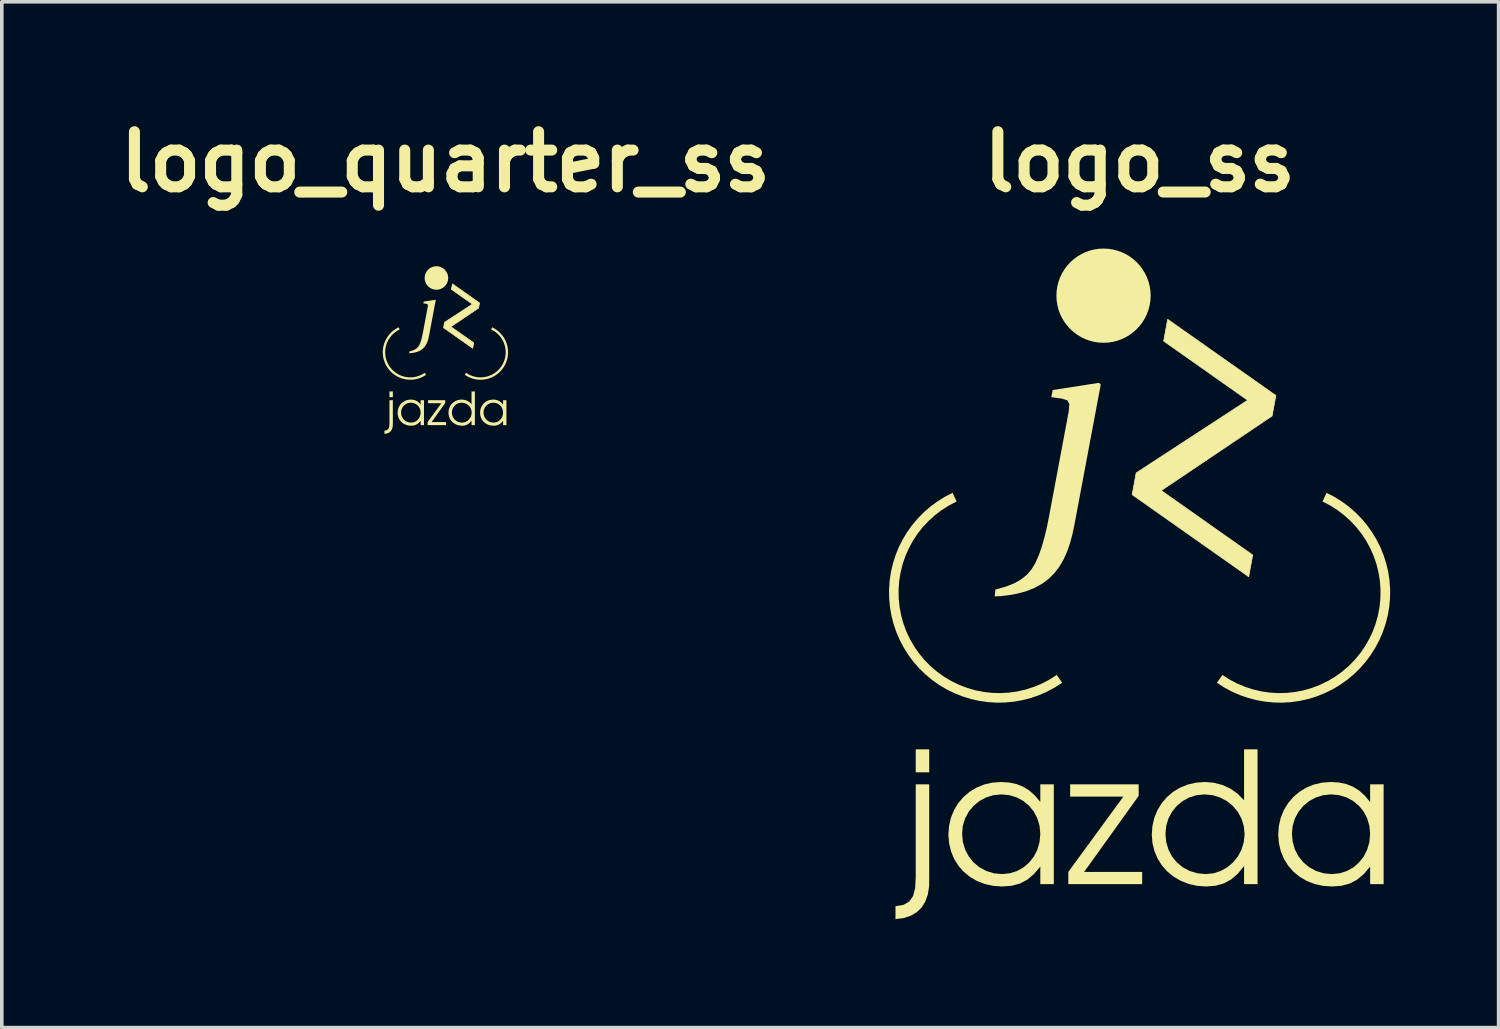
<source format=kicad_pcb>
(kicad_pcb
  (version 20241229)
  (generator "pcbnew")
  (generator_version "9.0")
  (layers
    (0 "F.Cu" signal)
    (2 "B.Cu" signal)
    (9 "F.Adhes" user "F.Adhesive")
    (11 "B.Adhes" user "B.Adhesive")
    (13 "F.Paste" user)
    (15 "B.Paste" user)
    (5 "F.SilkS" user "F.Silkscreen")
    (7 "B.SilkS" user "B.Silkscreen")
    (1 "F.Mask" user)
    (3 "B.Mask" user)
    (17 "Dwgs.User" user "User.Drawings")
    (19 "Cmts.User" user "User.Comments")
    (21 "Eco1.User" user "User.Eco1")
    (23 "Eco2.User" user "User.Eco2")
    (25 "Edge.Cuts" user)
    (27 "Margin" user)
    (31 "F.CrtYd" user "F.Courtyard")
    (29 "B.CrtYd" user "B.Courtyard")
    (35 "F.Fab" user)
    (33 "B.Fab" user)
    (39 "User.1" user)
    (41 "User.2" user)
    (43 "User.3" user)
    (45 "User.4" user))
  (footprint "logo_ss"
    (layer "F.Cu")
    (at 28.462 13.42)
    (property "Reference" "logo_ss" (at 0 -11.994 0) (layer "F.SilkS") (effects (font (size 1.524 1.524) (thickness 0.305))))
    (attr smd)
    (fp_circle (center -0.997 -8.294) (end -0.997 -8.294) (stroke (width 1.303) (type solid)) (fill no) (layer "F.SilkS"))
    (fp_poly (pts (xy -1.971 7.978) (xy 0.071 7.978) (xy 0.071 7.64) (xy -1.533 7.64) (xy -0.025 5.537) (xy -0.025 5.219) (xy -1.921 5.219) (xy -1.921 5.557) (xy -0.448 5.557) (xy -1.971 7.64) (xy -1.971 7.978)) (stroke (width 0) (type solid)) (fill yes) (layer "F.SilkS"))
    (fp_poly (pts (xy -0.205 -2.792) (xy 3.017 -0.523) (xy 3.127 -1.123) (xy 0.598 -2.905) (xy 3.664 -4.968) (xy 3.768 -5.533) (xy 0.777 -7.639) (xy 0.666 -7.039) (xy 2.989 -5.403) (xy -0.094 -3.393) (xy -0.205 -2.792)) (stroke (width 0.021) (type solid)) (fill yes) (layer "F.SilkS"))
    (fp_poly (pts (xy -5.817 5.219) (xy -6.19 4.886) (xy -5.817 4.886) (xy -5.817 4.251) (xy -6.19 4.251) (xy -6.19 4.886) (xy -5.817 5.219) (xy -6.19 5.219) (xy -6.19 7.786) (xy -6.206 8.086) (xy -6.264 8.309) (xy -6.37 8.461) (xy -6.53 8.551) (xy -6.75 8.588) (xy -6.75 8.946) (xy -6.523 8.916) (xy -6.327 8.852) (xy -6.162 8.755) (xy -6.028 8.625) (xy -5.926 8.463) (xy -5.857 8.269) (xy -5.82 8.043) (xy -5.817 7.786) (xy -5.817 5.219)) (stroke (width 0) (type solid)) (fill yes) (layer "F.SilkS"))
    (fp_poly (pts (xy -1.121 -5.884) (xy -2.404 -5.685) (xy -2.441 -5.487) (xy -2.147 -5.447) (xy -1.998 -5.4) (xy -1.942 -5.295) (xy -1.96 -5.09) (xy -2.505 -2.185) (xy -2.562 -1.901) (xy -2.627 -1.626) (xy -2.7 -1.366) (xy -2.783 -1.126) (xy -2.877 -0.913) (xy -2.984 -0.732) (xy -3.115 -0.578) (xy -3.276 -0.448) (xy -3.471 -0.338) (xy -3.707 -0.246) (xy -3.987 -0.168) (xy -4.007 0.022) (xy -3.839 0.014) (xy -3.633 -0.01) (xy -3.406 -0.049) (xy -3.136 -0.121) (xy -2.898 -0.216) (xy -2.689 -0.332) (xy -2.507 -0.47) (xy -2.35 -0.627) (xy -2.216 -0.804) (xy -2.102 -0.999) (xy -2.006 -1.213) (xy -1.925 -1.444) (xy -1.858 -1.691) (xy -1.803 -1.954) (xy -1.074 -5.836) (xy -1.121 -5.884)) (stroke (width 0) (type solid)) (fill yes) (layer "F.SilkS"))
    (fp_poly (pts (xy 3.262 4.251) (xy 2.817 6.165) (xy 2.881 6.37) (xy 2.904 6.591) (xy 2.882 6.814) (xy 2.819 7.022) (xy 2.72 7.21) (xy 2.588 7.374) (xy 2.429 7.51) (xy 2.246 7.613) (xy 2.045 7.678) (xy 1.83 7.7) (xy 1.599 7.678) (xy 1.388 7.615) (xy 1.198 7.515) (xy 1.034 7.381) (xy 0.9 7.218) (xy 0.8 7.028) (xy 0.737 6.816) (xy 0.715 6.586) (xy 0.737 6.365) (xy 0.8 6.16) (xy 0.899 5.975) (xy 1.03 5.814) (xy 1.189 5.682) (xy 1.373 5.582) (xy 1.576 5.519) (xy 1.794 5.497) (xy 2.019 5.519) (xy 2.227 5.582) (xy 2.416 5.683) (xy 2.58 5.817) (xy 2.715 5.979) (xy 2.817 6.165) (xy 3.262 4.251) (xy 2.889 4.251) (xy 2.889 5.658) (xy 2.713 5.48) (xy 2.514 5.339) (xy 2.295 5.237) (xy 2.058 5.175) (xy 1.805 5.154) (xy 1.56 5.172) (xy 1.33 5.225) (xy 1.118 5.311) (xy 0.926 5.427) (xy 0.757 5.57) (xy 0.613 5.737) (xy 0.496 5.928) (xy 0.409 6.137) (xy 0.356 6.364) (xy 0.337 6.606) (xy 0.356 6.845) (xy 0.412 7.069) (xy 0.501 7.277) (xy 0.621 7.465) (xy 0.769 7.631) (xy 0.943 7.773) (xy 1.139 7.887) (xy 1.356 7.972) (xy 1.591 8.025) (xy 1.84 8.043) (xy 2.1 8.023) (xy 2.328 7.959) (xy 2.531 7.849) (xy 2.716 7.69) (xy 2.889 7.478) (xy 2.889 7.978) (xy 3.262 7.978) (xy 3.262 4.251)) (stroke (width 0) (type solid)) (fill yes) (layer "F.SilkS"))
    (fp_poly (pts (xy -2.372 5.219) (xy -2.926 5.971) (xy -2.828 6.156) (xy -2.767 6.362) (xy -2.745 6.586) (xy -2.766 6.815) (xy -2.827 7.026) (xy -2.923 7.215) (xy -3.052 7.379) (xy -3.208 7.514) (xy -3.388 7.615) (xy -3.588 7.678) (xy -3.804 7.7) (xy -4.031 7.678) (xy -4.24 7.614) (xy -4.428 7.512) (xy -4.591 7.377) (xy -4.724 7.212) (xy -4.824 7.022) (xy -4.887 6.81) (xy -4.908 6.581) (xy -4.887 6.362) (xy -4.823 6.158) (xy -4.724 5.974) (xy -4.591 5.814) (xy -4.431 5.681) (xy -4.247 5.582) (xy -4.043 5.519) (xy -3.824 5.497) (xy -3.603 5.518) (xy -3.398 5.58) (xy -3.215 5.679) (xy -3.056 5.81) (xy -2.926 5.971) (xy -2.372 5.219) (xy -2.745 5.219) (xy -2.745 5.708) (xy -2.889 5.534) (xy -3.044 5.394) (xy -3.214 5.287) (xy -3.401 5.212) (xy -3.607 5.168) (xy -3.834 5.154) (xy -4.076 5.172) (xy -4.303 5.225) (xy -4.513 5.311) (xy -4.703 5.427) (xy -4.871 5.57) (xy -5.014 5.737) (xy -5.129 5.928) (xy -5.215 6.137) (xy -5.268 6.364) (xy -5.287 6.606) (xy -5.268 6.847) (xy -5.214 7.073) (xy -5.128 7.281) (xy -5.01 7.469) (xy -4.865 7.635) (xy -4.694 7.775) (xy -4.5 7.889) (xy -4.286 7.973) (xy -4.053 8.025) (xy -3.804 8.043) (xy -3.542 8.024) (xy -3.314 7.964) (xy -3.111 7.859) (xy -2.925 7.704) (xy -2.745 7.494) (xy -2.745 7.978) (xy -2.372 7.978) (xy -2.372 5.219)) (stroke (width 0) (type solid)) (fill yes) (layer "F.SilkS"))
    (fp_poly (pts (xy 6.748 5.219) (xy 6.195 5.971) (xy 6.292 6.156) (xy 6.354 6.362) (xy 6.375 6.586) (xy 6.354 6.815) (xy 6.293 7.026) (xy 6.197 7.215) (xy 6.069 7.379) (xy 5.913 7.514) (xy 5.733 7.615) (xy 5.532 7.678) (xy 5.316 7.7) (xy 5.089 7.678) (xy 4.88 7.614) (xy 4.692 7.512) (xy 4.529 7.377) (xy 4.396 7.212) (xy 4.296 7.022) (xy 4.234 6.81) (xy 4.212 6.581) (xy 4.234 6.362) (xy 4.297 6.158) (xy 4.397 5.974) (xy 4.529 5.814) (xy 4.689 5.681) (xy 4.873 5.582) (xy 5.077 5.519) (xy 5.296 5.497) (xy 5.517 5.518) (xy 5.722 5.58) (xy 5.906 5.679) (xy 6.064 5.81) (xy 6.195 5.971) (xy 6.748 5.219) (xy 6.375 5.219) (xy 6.375 5.708) (xy 6.231 5.534) (xy 6.076 5.394) (xy 5.906 5.287) (xy 5.72 5.212) (xy 5.514 5.168) (xy 5.286 5.154) (xy 5.044 5.172) (xy 4.817 5.225) (xy 4.607 5.311) (xy 4.417 5.427) (xy 4.25 5.57) (xy 4.107 5.737) (xy 3.991 5.928) (xy 3.905 6.137) (xy 3.852 6.364) (xy 3.834 6.606) (xy 3.852 6.847) (xy 3.906 7.073) (xy 3.993 7.281) (xy 4.11 7.469) (xy 4.255 7.635) (xy 4.426 7.775) (xy 4.62 7.889) (xy 4.835 7.973) (xy 5.067 8.025) (xy 5.316 8.043) (xy 5.578 8.024) (xy 5.806 7.964) (xy 6.009 7.859) (xy 6.196 7.704) (xy 6.375 7.494) (xy 6.375 7.978) (xy 6.748 7.978) (xy 6.748 5.219)) (stroke (width 0) (type solid)) (fill yes) (layer "F.SilkS"))
    (fp_poly (pts (xy -5.172 -2.842) (xy -5.39 -2.73) (xy -5.596 -2.601) (xy -5.789 -2.458) (xy -5.97 -2.301) (xy -6.137 -2.131) (xy -6.29 -1.949) (xy -6.428 -1.756) (xy -6.551 -1.553) (xy -6.658 -1.34) (xy -6.747 -1.119) (xy -6.82 -0.891) (xy -6.875 -0.657) (xy -6.911 -0.417) (xy -6.928 -0.172) (xy -6.925 0.073) (xy -6.903 0.315) (xy -6.862 0.552) (xy -6.803 0.784) (xy -6.726 1.01) (xy -6.632 1.228) (xy -6.521 1.438) (xy -6.395 1.639) (xy -6.253 1.83) (xy -6.096 2.009) (xy -5.924 2.177) (xy -5.739 2.331) (xy -5.541 2.471) (xy -5.33 2.596) (xy -5.11 2.703) (xy -4.884 2.792) (xy -4.654 2.862) (xy -4.42 2.913) (xy -4.184 2.946) (xy -3.946 2.96) (xy -3.709 2.955) (xy -3.473 2.932) (xy -3.239 2.891) (xy -3.008 2.831) (xy -2.782 2.753) (xy -2.561 2.657) (xy -2.347 2.542) (xy -2.141 2.41) (xy -2.291 2.193) (xy -2.494 2.323) (xy -2.706 2.433) (xy -2.924 2.524) (xy -3.148 2.596) (xy -3.376 2.649) (xy -3.608 2.682) (xy -3.841 2.696) (xy -4.074 2.69) (xy -4.307 2.664) (xy -4.538 2.619) (xy -4.765 2.553) (xy -4.988 2.468) (xy -5.205 2.363) (xy -5.412 2.24) (xy -5.606 2.1) (xy -5.785 1.946) (xy -5.95 1.778) (xy -6.099 1.598) (xy -6.233 1.406) (xy -6.349 1.204) (xy -6.449 0.993) (xy -6.53 0.773) (xy -6.593 0.547) (xy -6.637 0.314) (xy -6.661 0.077) (xy -6.664 -0.164) (xy -6.647 -0.405) (xy -6.609 -0.64) (xy -6.552 -0.87) (xy -6.476 -1.092) (xy -6.382 -1.306) (xy -6.27 -1.512) (xy -6.142 -1.707) (xy -5.998 -1.89) (xy -5.838 -2.061) (xy -5.664 -2.219) (xy -5.476 -2.363) (xy -5.274 -2.491) (xy -5.061 -2.602) (xy -5.172 -2.842)) (stroke (width 0) (type solid)) (fill yes) (layer "F.SilkS"))
    (fp_poly (pts (xy 5.17 -2.842) (xy 5.388 -2.73) (xy 5.594 -2.601) (xy 5.788 -2.458) (xy 5.969 -2.301) (xy 6.136 -2.131) (xy 6.289 -1.949) (xy 6.427 -1.756) (xy 6.55 -1.553) (xy 6.657 -1.34) (xy 6.747 -1.119) (xy 6.82 -0.891) (xy 6.875 -0.657) (xy 6.911 -0.417) (xy 6.928 -0.172) (xy 6.925 0.073) (xy 6.903 0.315) (xy 6.862 0.552) (xy 6.802 0.784) (xy 6.725 1.01) (xy 6.631 1.228) (xy 6.52 1.438) (xy 6.393 1.639) (xy 6.251 1.83) (xy 6.094 2.009) (xy 5.923 2.177) (xy 5.737 2.331) (xy 5.539 2.471) (xy 5.328 2.596) (xy 5.108 2.703) (xy 4.882 2.792) (xy 4.652 2.862) (xy 4.418 2.913) (xy 4.182 2.946) (xy 3.944 2.96) (xy 3.707 2.955) (xy 3.471 2.932) (xy 3.237 2.891) (xy 3.006 2.831) (xy 2.78 2.753) (xy 2.559 2.657) (xy 2.345 2.542) (xy 2.139 2.41) (xy 2.289 2.193) (xy 2.492 2.323) (xy 2.704 2.433) (xy 2.922 2.524) (xy 3.146 2.596) (xy 3.374 2.649) (xy 3.606 2.682) (xy 3.839 2.696) (xy 4.072 2.69) (xy 4.305 2.664) (xy 4.536 2.619) (xy 4.763 2.553) (xy 4.986 2.468) (xy 5.203 2.363) (xy 5.41 2.24) (xy 5.604 2.1) (xy 5.783 1.946) (xy 5.948 1.778) (xy 6.097 1.598) (xy 6.231 1.406) (xy 6.347 1.204) (xy 6.447 0.993) (xy 6.528 0.773) (xy 6.591 0.547) (xy 6.635 0.314) (xy 6.659 0.077) (xy 6.662 -0.164) (xy 6.645 -0.405) (xy 6.607 -0.64) (xy 6.55 -0.87) (xy 6.474 -1.092) (xy 6.38 -1.306) (xy 6.268 -1.512) (xy 6.14 -1.707) (xy 5.996 -1.89) (xy 5.836 -2.061) (xy 5.662 -2.219) (xy 5.474 -2.363) (xy 5.272 -2.491) (xy 5.059 -2.602) (xy 5.17 -2.842)) (stroke (width 0) (type solid)) (fill yes) (layer "F.SilkS")))
  (footprint "logo_quarter_ss"
    (layer "F.Cu")
    (at 9.267 6.711)
    (property "Reference" "logo_quarter_ss" (at 0 -5.284 0) (layer "F.SilkS") (effects (font (size 1.524 1.524) (thickness 0.305))))
    (attr smd)
    (fp_circle (center -0.249 -2.074) (end -0.249 -2.074) (stroke (width 0.326) (type solid)) (fill no) (layer "F.SilkS"))
    (fp_poly (pts (xy -0.493 1.994) (xy 0.018 1.994) (xy 0.018 1.91) (xy -0.383 1.91) (xy -0.006 1.384) (xy -0.006 1.305) (xy -0.48 1.305) (xy -0.48 1.389) (xy -0.112 1.389) (xy -0.493 1.91) (xy -0.493 1.994)) (stroke (width 0) (type solid)) (fill yes) (layer "F.SilkS"))
    (fp_poly (pts (xy -0.051 -0.698) (xy 0.754 -0.131) (xy 0.782 -0.281) (xy 0.149 -0.726) (xy 0.916 -1.242) (xy 0.942 -1.383) (xy 0.194 -1.91) (xy 0.167 -1.76) (xy 0.747 -1.351) (xy -0.024 -0.848) (xy -0.051 -0.698)) (stroke (width 0.021) (type solid)) (fill yes) (layer "F.SilkS"))
    (fp_poly (pts (xy -1.454 1.305) (xy -1.547 1.222) (xy -1.454 1.222) (xy -1.454 1.063) (xy -1.547 1.063) (xy -1.547 1.222) (xy -1.454 1.305) (xy -1.547 1.305) (xy -1.547 1.946) (xy -1.552 2.022) (xy -1.566 2.077) (xy -1.593 2.115) (xy -1.633 2.138) (xy -1.687 2.147) (xy -1.687 2.236) (xy -1.631 2.229) (xy -1.582 2.213) (xy -1.54 2.189) (xy -1.507 2.156) (xy -1.482 2.116) (xy -1.464 2.067) (xy -1.455 2.011) (xy -1.454 1.946) (xy -1.454 1.305)) (stroke (width 0) (type solid)) (fill yes) (layer "F.SilkS"))
    (fp_poly (pts (xy -0.28 -1.471) (xy -0.601 -1.421) (xy -0.61 -1.372) (xy -0.537 -1.362) (xy -0.5 -1.35) (xy -0.485 -1.324) (xy -0.49 -1.272) (xy -0.626 -0.546) (xy -0.641 -0.475) (xy -0.657 -0.407) (xy -0.675 -0.342) (xy -0.696 -0.282) (xy -0.719 -0.228) (xy -0.746 -0.183) (xy -0.779 -0.145) (xy -0.819 -0.112) (xy -0.868 -0.085) (xy -0.927 -0.061) (xy -0.997 -0.042) (xy -1.002 0.005) (xy -0.96 0.004) (xy -0.908 -0.002) (xy -0.852 -0.012) (xy -0.784 -0.03) (xy -0.725 -0.054) (xy -0.672 -0.083) (xy -0.627 -0.117) (xy -0.588 -0.157) (xy -0.554 -0.201) (xy -0.525 -0.25) (xy -0.501 -0.303) (xy -0.481 -0.361) (xy -0.465 -0.423) (xy -0.451 -0.489) (xy -0.268 -1.459) (xy -0.28 -1.471)) (stroke (width 0) (type solid)) (fill yes) (layer "F.SilkS"))
    (fp_poly (pts (xy 0.815 1.063) (xy 0.704 1.541) (xy 0.72 1.593) (xy 0.726 1.648) (xy 0.72 1.703) (xy 0.705 1.755) (xy 0.68 1.803) (xy 0.647 1.844) (xy 0.607 1.878) (xy 0.562 1.903) (xy 0.511 1.919) (xy 0.457 1.925) (xy 0.4 1.92) (xy 0.347 1.904) (xy 0.299 1.879) (xy 0.259 1.845) (xy 0.225 1.804) (xy 0.2 1.757) (xy 0.184 1.704) (xy 0.179 1.646) (xy 0.184 1.591) (xy 0.2 1.54) (xy 0.225 1.494) (xy 0.257 1.454) (xy 0.297 1.42) (xy 0.343 1.395) (xy 0.394 1.38) (xy 0.449 1.374) (xy 0.505 1.38) (xy 0.557 1.396) (xy 0.604 1.421) (xy 0.645 1.454) (xy 0.679 1.495) (xy 0.704 1.541) (xy 0.815 1.063) (xy 0.722 1.063) (xy 0.722 1.414) (xy 0.678 1.37) (xy 0.629 1.335) (xy 0.574 1.309) (xy 0.514 1.294) (xy 0.451 1.288) (xy 0.39 1.293) (xy 0.333 1.306) (xy 0.28 1.328) (xy 0.232 1.357) (xy 0.189 1.392) (xy 0.153 1.434) (xy 0.124 1.482) (xy 0.102 1.534) (xy 0.089 1.591) (xy 0.084 1.651) (xy 0.089 1.711) (xy 0.103 1.767) (xy 0.125 1.819) (xy 0.155 1.866) (xy 0.192 1.908) (xy 0.236 1.943) (xy 0.285 1.972) (xy 0.339 1.993) (xy 0.398 2.006) (xy 0.46 2.011) (xy 0.525 2.006) (xy 0.582 1.99) (xy 0.633 1.962) (xy 0.679 1.923) (xy 0.722 1.87) (xy 0.722 1.994) (xy 0.815 1.994) (xy 0.815 1.063)) (stroke (width 0) (type solid)) (fill yes) (layer "F.SilkS"))
    (fp_poly (pts (xy -0.593 1.305) (xy -0.731 1.493) (xy -0.707 1.539) (xy -0.692 1.591) (xy -0.686 1.646) (xy -0.692 1.704) (xy -0.707 1.756) (xy -0.731 1.804) (xy -0.763 1.845) (xy -0.802 1.878) (xy -0.847 1.904) (xy -0.897 1.92) (xy -0.951 1.925) (xy -1.008 1.919) (xy -1.06 1.903) (xy -1.107 1.878) (xy -1.148 1.844) (xy -1.181 1.803) (xy -1.206 1.755) (xy -1.222 1.702) (xy -1.227 1.645) (xy -1.222 1.59) (xy -1.206 1.54) (xy -1.181 1.494) (xy -1.148 1.453) (xy -1.108 1.42) (xy -1.062 1.395) (xy -1.011 1.38) (xy -0.956 1.374) (xy -0.901 1.38) (xy -0.85 1.395) (xy -0.804 1.42) (xy -0.764 1.453) (xy -0.731 1.493) (xy -0.593 1.305) (xy -0.686 1.305) (xy -0.686 1.427) (xy -0.722 1.384) (xy -0.761 1.349) (xy -0.804 1.322) (xy -0.85 1.303) (xy -0.902 1.292) (xy -0.959 1.288) (xy -1.019 1.293) (xy -1.076 1.306) (xy -1.128 1.328) (xy -1.176 1.357) (xy -1.218 1.392) (xy -1.253 1.434) (xy -1.282 1.482) (xy -1.304 1.534) (xy -1.317 1.591) (xy -1.322 1.651) (xy -1.317 1.712) (xy -1.304 1.768) (xy -1.282 1.82) (xy -1.253 1.867) (xy -1.216 1.909) (xy -1.174 1.944) (xy -1.125 1.972) (xy -1.071 1.993) (xy -1.013 2.006) (xy -0.951 2.011) (xy -0.886 2.006) (xy -0.829 1.991) (xy -0.778 1.965) (xy -0.731 1.926) (xy -0.686 1.873) (xy -0.686 1.994) (xy -0.593 1.994) (xy -0.593 1.305)) (stroke (width 0) (type solid)) (fill yes) (layer "F.SilkS"))
    (fp_poly (pts (xy 1.687 1.305) (xy 1.549 1.493) (xy 1.573 1.539) (xy 1.588 1.591) (xy 1.594 1.646) (xy 1.588 1.704) (xy 1.573 1.756) (xy 1.549 1.804) (xy 1.517 1.845) (xy 1.478 1.878) (xy 1.433 1.904) (xy 1.383 1.92) (xy 1.329 1.925) (xy 1.272 1.919) (xy 1.22 1.903) (xy 1.173 1.878) (xy 1.132 1.844) (xy 1.099 1.803) (xy 1.074 1.755) (xy 1.058 1.702) (xy 1.053 1.645) (xy 1.058 1.59) (xy 1.074 1.54) (xy 1.099 1.494) (xy 1.132 1.453) (xy 1.172 1.42) (xy 1.218 1.395) (xy 1.269 1.38) (xy 1.324 1.374) (xy 1.379 1.38) (xy 1.43 1.395) (xy 1.476 1.42) (xy 1.516 1.453) (xy 1.549 1.493) (xy 1.687 1.305) (xy 1.594 1.305) (xy 1.594 1.427) (xy 1.558 1.384) (xy 1.519 1.349) (xy 1.477 1.322) (xy 1.43 1.303) (xy 1.378 1.292) (xy 1.321 1.288) (xy 1.261 1.293) (xy 1.204 1.306) (xy 1.152 1.328) (xy 1.104 1.357) (xy 1.062 1.392) (xy 1.027 1.434) (xy 0.998 1.482) (xy 0.976 1.534) (xy 0.963 1.591) (xy 0.958 1.651) (xy 0.963 1.712) (xy 0.976 1.768) (xy 0.998 1.82) (xy 1.027 1.867) (xy 1.064 1.909) (xy 1.107 1.944) (xy 1.155 1.972) (xy 1.209 1.993) (xy 1.267 2.006) (xy 1.329 2.011) (xy 1.394 2.006) (xy 1.451 1.991) (xy 1.502 1.965) (xy 1.549 1.926) (xy 1.594 1.873) (xy 1.594 1.994) (xy 1.687 1.994) (xy 1.687 1.305)) (stroke (width 0) (type solid)) (fill yes) (layer "F.SilkS"))
    (fp_poly (pts (xy -1.293 -0.71) (xy -1.347 -0.682) (xy -1.399 -0.65) (xy -1.447 -0.615) (xy -1.493 -0.575) (xy -1.534 -0.533) (xy -1.573 -0.487) (xy -1.607 -0.439) (xy -1.638 -0.388) (xy -1.664 -0.335) (xy -1.687 -0.28) (xy -1.705 -0.223) (xy -1.719 -0.164) (xy -1.728 -0.104) (xy -1.732 -0.043) (xy -1.731 0.018) (xy -1.726 0.079) (xy -1.716 0.138) (xy -1.701 0.196) (xy -1.681 0.252) (xy -1.658 0.307) (xy -1.63 0.36) (xy -1.599 0.41) (xy -1.563 0.457) (xy -1.524 0.502) (xy -1.481 0.544) (xy -1.435 0.583) (xy -1.385 0.618) (xy -1.333 0.649) (xy -1.277 0.676) (xy -1.221 0.698) (xy -1.163 0.715) (xy -1.105 0.728) (xy -1.046 0.736) (xy -0.987 0.74) (xy -0.927 0.739) (xy -0.868 0.733) (xy -0.81 0.723) (xy -0.752 0.708) (xy -0.695 0.688) (xy -0.64 0.664) (xy -0.587 0.636) (xy -0.535 0.602) (xy -0.573 0.548) (xy -0.624 0.581) (xy -0.676 0.608) (xy -0.731 0.631) (xy -0.787 0.649) (xy -0.844 0.662) (xy -0.902 0.671) (xy -0.96 0.674) (xy -1.019 0.672) (xy -1.077 0.666) (xy -1.134 0.655) (xy -1.191 0.638) (xy -1.247 0.617) (xy -1.301 0.591) (xy -1.353 0.56) (xy -1.401 0.525) (xy -1.446 0.487) (xy -1.487 0.445) (xy -1.525 0.4) (xy -1.558 0.352) (xy -1.587 0.301) (xy -1.612 0.248) (xy -1.633 0.193) (xy -1.648 0.137) (xy -1.659 0.079) (xy -1.665 0.019) (xy -1.666 -0.041) (xy -1.662 -0.101) (xy -1.652 -0.16) (xy -1.638 -0.217) (xy -1.619 -0.273) (xy -1.595 -0.327) (xy -1.568 -0.378) (xy -1.535 -0.427) (xy -1.499 -0.473) (xy -1.46 -0.515) (xy -1.416 -0.555) (xy -1.369 -0.591) (xy -1.319 -0.623) (xy -1.265 -0.65) (xy -1.293 -0.71)) (stroke (width 0) (type solid)) (fill yes) (layer "F.SilkS"))
    (fp_poly (pts (xy 1.292 -0.71) (xy 1.347 -0.682) (xy 1.398 -0.65) (xy 1.447 -0.615) (xy 1.492 -0.575) (xy 1.534 -0.533) (xy 1.572 -0.487) (xy 1.607 -0.439) (xy 1.638 -0.388) (xy 1.664 -0.335) (xy 1.687 -0.28) (xy 1.705 -0.223) (xy 1.719 -0.164) (xy 1.728 -0.104) (xy 1.732 -0.043) (xy 1.731 0.018) (xy 1.726 0.079) (xy 1.715 0.138) (xy 1.701 0.196) (xy 1.681 0.252) (xy 1.658 0.307) (xy 1.63 0.36) (xy 1.598 0.41) (xy 1.563 0.457) (xy 1.524 0.502) (xy 1.481 0.544) (xy 1.434 0.583) (xy 1.385 0.618) (xy 1.332 0.649) (xy 1.277 0.676) (xy 1.22 0.698) (xy 1.163 0.715) (xy 1.104 0.728) (xy 1.045 0.736) (xy 0.986 0.74) (xy 0.927 0.739) (xy 0.868 0.733) (xy 0.809 0.723) (xy 0.752 0.708) (xy 0.695 0.688) (xy 0.64 0.664) (xy 0.586 0.636) (xy 0.535 0.602) (xy 0.572 0.548) (xy 0.623 0.581) (xy 0.676 0.608) (xy 0.731 0.631) (xy 0.786 0.649) (xy 0.844 0.662) (xy 0.901 0.671) (xy 0.96 0.674) (xy 1.018 0.672) (xy 1.076 0.666) (xy 1.134 0.655) (xy 1.191 0.638) (xy 1.247 0.617) (xy 1.301 0.591) (xy 1.353 0.56) (xy 1.401 0.525) (xy 1.446 0.487) (xy 1.487 0.445) (xy 1.524 0.4) (xy 1.558 0.352) (xy 1.587 0.301) (xy 1.612 0.248) (xy 1.632 0.193) (xy 1.648 0.137) (xy 1.659 0.079) (xy 1.665 0.019) (xy 1.666 -0.041) (xy 1.661 -0.101) (xy 1.652 -0.16) (xy 1.637 -0.217) (xy 1.618 -0.273) (xy 1.595 -0.327) (xy 1.567 -0.378) (xy 1.535 -0.427) (xy 1.499 -0.473) (xy 1.459 -0.515) (xy 1.415 -0.555) (xy 1.368 -0.591) (xy 1.318 -0.623) (xy 1.265 -0.65) (xy 1.292 -0.71)) (stroke (width 0) (type solid)) (fill yes) (layer "F.SilkS")))
  (gr_rect
    (start -3 -3)
    (end 38.39 25.366)
    (stroke (width 0.1) (type default))
    (fill no)
    (layer "Edge.Cuts")))
</source>
